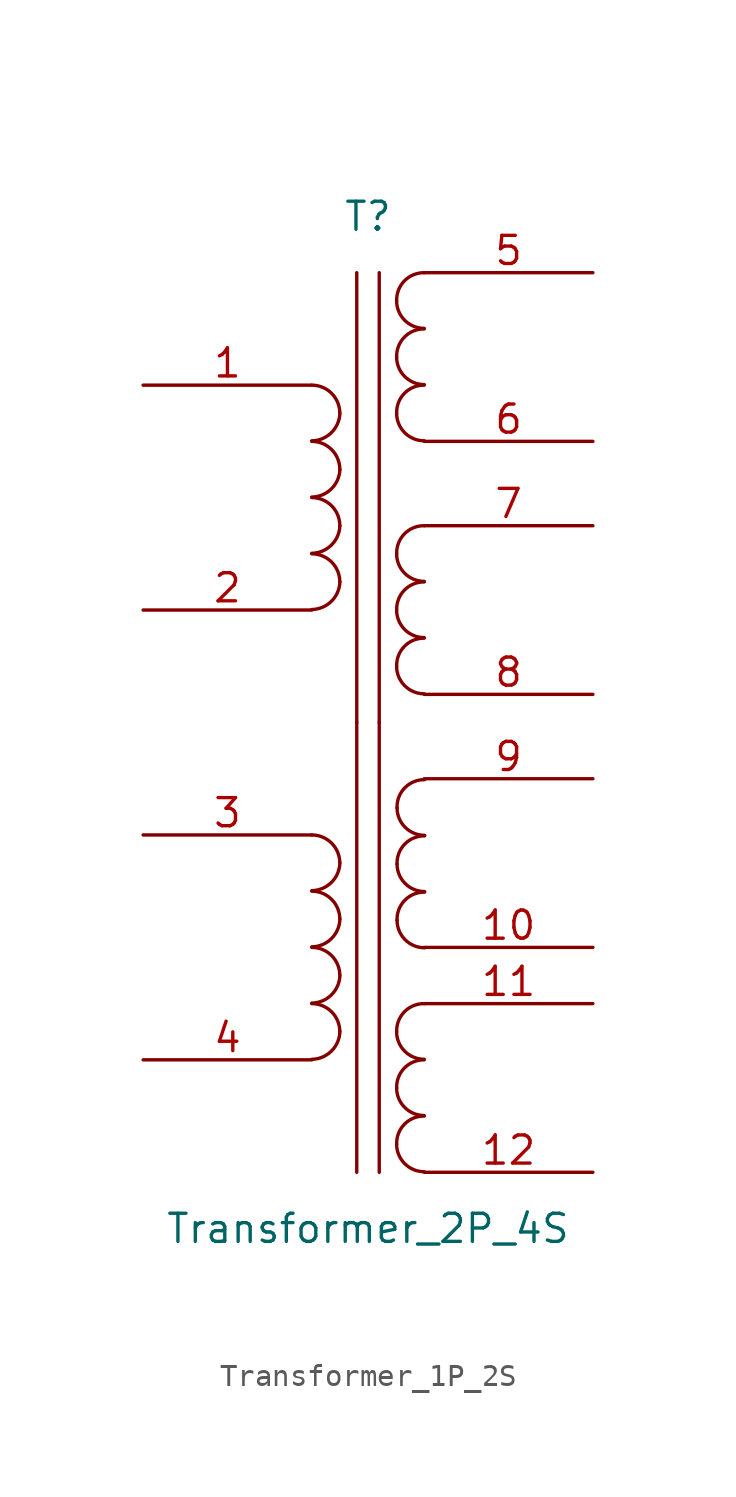
<source format=kicad_sym>
(kicad_symbol_lib
  (version 20220914)
  (generator kicad_symbol_editor)
  (symbol "Transformer_1P_2S"
    (pin_names
      (offset 1.016) hide)
    (property "Reference" "T"
      (at 0 12.7 0)
      (effects (font (size 1.27 1.27))))
    (property "Value" "Transformer_2P_4S"
      (at 0 -33.02 0)
      (effects (font (size 1.27 1.27))))
    (symbol "Transformer_1P_2S_0_1"
      (arc (start -2.54 -25.3746) (mid -1.6561 -25.0063) (end -1.27 -24.13) (stroke (width 0) (type default)) (fill (type none)))
      (arc (start -2.54 -22.8346) (mid -1.6561 -22.4663) (end -1.27 -21.59) (stroke (width 0) (type default)) (fill (type none)))
      (arc (start -2.54 -20.2946) (mid -1.6561 -19.9263) (end -1.27 -19.05) (stroke (width 0) (type default)) (fill (type none)))
      (arc (start -2.54 -17.7546) (mid -1.6561 -17.3863) (end -1.27 -16.51) (stroke (width 0) (type default)) (fill (type none)))
      (arc (start -2.54 -5.0546) (mid -1.6599 -4.6901) (end -1.27 -3.81) (stroke (width 0) (type default)) (fill (type none)))
      (arc (start -2.54 -2.5146) (mid -1.6599 -2.1501) (end -1.27 -1.27) (stroke (width 0) (type default)) (fill (type none)))
      (arc (start -2.54 0.0254) (mid -1.6599 0.3899) (end -1.27 1.27) (stroke (width 0) (type default)) (fill (type none)))
      (arc (start -2.54 2.5654) (mid -1.6599 2.9299) (end -1.27 3.81) (stroke (width 0) (type default)) (fill (type none)))
      (arc (start -1.27 -24.13) (mid -1.642 -23.232) (end -2.54 -22.86) (stroke (width 0) (type default)) (fill (type none)))
      (arc (start -1.27 -21.59) (mid -1.642 -20.692) (end -2.54 -20.32) (stroke (width 0) (type default)) (fill (type none)))
      (arc (start -1.27 -19.05) (mid -1.642 -18.152) (end -2.54 -17.78) (stroke (width 0) (type default)) (fill (type none)))
      (arc (start -1.27 -16.51) (mid -1.642 -15.612) (end -2.54 -15.24) (stroke (width 0) (type default)) (fill (type none)))
      (arc (start -1.27 -3.81) (mid -1.642 -2.912) (end -2.54 -2.54) (stroke (width 0) (type default)) (fill (type none)))
      (arc (start -1.27 -1.27) (mid -1.642 -0.372) (end -2.54 0) (stroke (width 0) (type default)) (fill (type none)))
      (arc (start -1.27 1.27) (mid -1.642 2.168) (end -2.54 2.54) (stroke (width 0) (type default)) (fill (type none)))
      (arc (start -1.27 3.81) (mid -1.642 4.708) (end -2.54 5.08) (stroke (width 0) (type default)) (fill (type none)))
      (polyline (pts (xy -0.508 -30.48) (xy -0.508 -10.16)) (stroke (width 0) (type default)) (fill (type none)))
      (polyline (pts (xy -0.508 -10.16) (xy -0.508 10.16)) (stroke (width 0) (type default)) (fill (type none)))
      (polyline (pts (xy 0.508 -10.16) (xy 0.508 -30.48)) (stroke (width 0) (type default)) (fill (type none)))
      (polyline (pts (xy 0.508 10.16) (xy 0.508 -10.16)) (stroke (width 0) (type default)) (fill (type none)))
      (arc (start 1.2954 -29.21) (mid 1.6599 -30.0901) (end 2.54 -30.4546) (stroke (width 0) (type default)) (fill (type none)))
      (arc (start 1.2954 -26.67) (mid 1.6599 -27.5501) (end 2.54 -27.9146) (stroke (width 0) (type default)) (fill (type none)))
      (arc (start 1.2954 -24.13) (mid 1.6599 -25.0101) (end 2.54 -25.3746) (stroke (width 0) (type default)) (fill (type none)))
      (arc (start 1.2954 -7.62) (mid 1.6599 -8.5001) (end 2.54 -8.8646) (stroke (width 0) (type default)) (fill (type none)))
      (arc (start 1.2954 -5.08) (mid 1.6599 -5.9601) (end 2.54 -6.3246) (stroke (width 0) (type default)) (fill (type none)))
      (arc (start 1.2954 -2.54) (mid 1.6599 -3.4201) (end 2.54 -3.7846) (stroke (width 0) (type default)) (fill (type none)))
      (arc (start 1.2954 3.81) (mid 1.6599 2.9299) (end 2.54 2.5654) (stroke (width 0) (type default)) (fill (type none)))
      (arc (start 1.2954 6.35) (mid 1.6599 5.4699) (end 2.54 5.1054) (stroke (width 0) (type default)) (fill (type none)))
      (arc (start 1.2954 8.89) (mid 1.6599 8.0099) (end 2.54 7.6454) (stroke (width 0) (type default)) (fill (type none)))
      (arc (start 1.3124 -19.092) (mid 1.6769 -19.9721) (end 2.557 -20.3366) (stroke (width 0) (type default)) (fill (type none)))
      (arc (start 1.3124 -16.552) (mid 1.6769 -17.4321) (end 2.557 -17.7966) (stroke (width 0) (type default)) (fill (type none)))
      (arc (start 1.3124 -14.012) (mid 1.6769 -14.8921) (end 2.557 -15.2566) (stroke (width 0) (type default)) (fill (type none)))
      (arc (start 2.54 -27.94) (mid 1.6458 -28.3085) (end 1.2954 -29.21) (stroke (width 0) (type default)) (fill (type none)))
      (arc (start 2.54 -25.4) (mid 1.6458 -25.7685) (end 1.2954 -26.67) (stroke (width 0) (type default)) (fill (type none)))
      (arc (start 2.54 -22.86) (mid 1.6458 -23.2285) (end 1.2954 -24.13) (stroke (width 0) (type default)) (fill (type none)))
      (arc (start 2.54 -6.35) (mid 1.6458 -6.7185) (end 1.2954 -7.62) (stroke (width 0) (type default)) (fill (type none)))
      (arc (start 2.54 -3.81) (mid 1.6458 -4.1785) (end 1.2954 -5.08) (stroke (width 0) (type default)) (fill (type none)))
      (arc (start 2.54 -1.27) (mid 1.6458 -1.6385) (end 1.2954 -2.54) (stroke (width 0) (type default)) (fill (type none)))
      (arc (start 2.54 5.08) (mid 1.642 4.708) (end 1.2954 3.81) (stroke (width 0) (type default)) (fill (type none)))
      (arc (start 2.54 7.62) (mid 1.642 7.248) (end 1.2954 6.35) (stroke (width 0) (type default)) (fill (type none)))
      (arc (start 2.54 10.16) (mid 1.642 9.788) (end 1.2954 8.89) (stroke (width 0) (type default)) (fill (type none)))
      (arc (start 2.557 -17.822) (mid 1.6628 -18.1905) (end 1.3124 -19.092) (stroke (width 0) (type default)) (fill (type none)))
      (arc (start 2.557 -15.282) (mid 1.6628 -15.6505) (end 1.3124 -16.552) (stroke (width 0) (type default)) (fill (type none)))
      (arc (start 2.557 -12.742) (mid 1.6628 -13.1105) (end 1.3124 -14.012) (stroke (width 0) (type default)) (fill (type none))))
    (symbol "Transformer_1P_2S_1_1"
      (pin passive line (at -10.16 5.08 0) (length 7.62) (name "AA" (effects (font (size 1.27 1.27)))) (number "1" (effects (font (size 1.27 1.27)))))
      (pin passive line (at 10.16 -20.32 180) (length 7.62) (name "SB" (effects (font (size 1.27 1.27)))) (number "10" (effects (font (size 1.27 1.27)))))
      (pin passive line (at 10.16 -22.86 180) (length 7.62) (name "SC" (effects (font (size 1.27 1.27)))) (number "11" (effects (font (size 1.27 1.27)))))
      (pin passive line (at 10.16 -30.48 180) (length 7.62) (name "SD" (effects (font (size 1.27 1.27)))) (number "12" (effects (font (size 1.27 1.27)))))
      (pin passive line (at -10.16 -5.08 0) (length 7.62) (name "AB" (effects (font (size 1.27 1.27)))) (number "2" (effects (font (size 1.27 1.27)))))
      (pin passive line (at -10.16 -15.24 0) (length 7.62) (name "AA" (effects (font (size 1.27 1.27)))) (number "3" (effects (font (size 1.27 1.27)))))
      (pin passive line (at -10.16 -25.4 0) (length 7.62) (name "AB" (effects (font (size 1.27 1.27)))) (number "4" (effects (font (size 1.27 1.27)))))
      (pin passive line (at 10.16 10.16 180) (length 7.62) (name "SA" (effects (font (size 1.27 1.27)))) (number "5" (effects (font (size 1.27 1.27)))))
      (pin passive line (at 10.16 2.54 180) (length 7.62) (name "SB" (effects (font (size 1.27 1.27)))) (number "6" (effects (font (size 1.27 1.27)))))
      (pin passive line (at 10.16 -1.27 180) (length 7.62) (name "SC" (effects (font (size 1.27 1.27)))) (number "7" (effects (font (size 1.27 1.27)))))
      (pin passive line (at 10.16 -8.89 180) (length 7.62) (name "SD" (effects (font (size 1.27 1.27)))) (number "8" (effects (font (size 1.27 1.27)))))
      (pin passive line (at 10.16 -12.7 180) (length 7.62) (name "SA" (effects (font (size 1.27 1.27)))) (number "9" (effects (font (size 1.27 1.27))))))))
</source>
